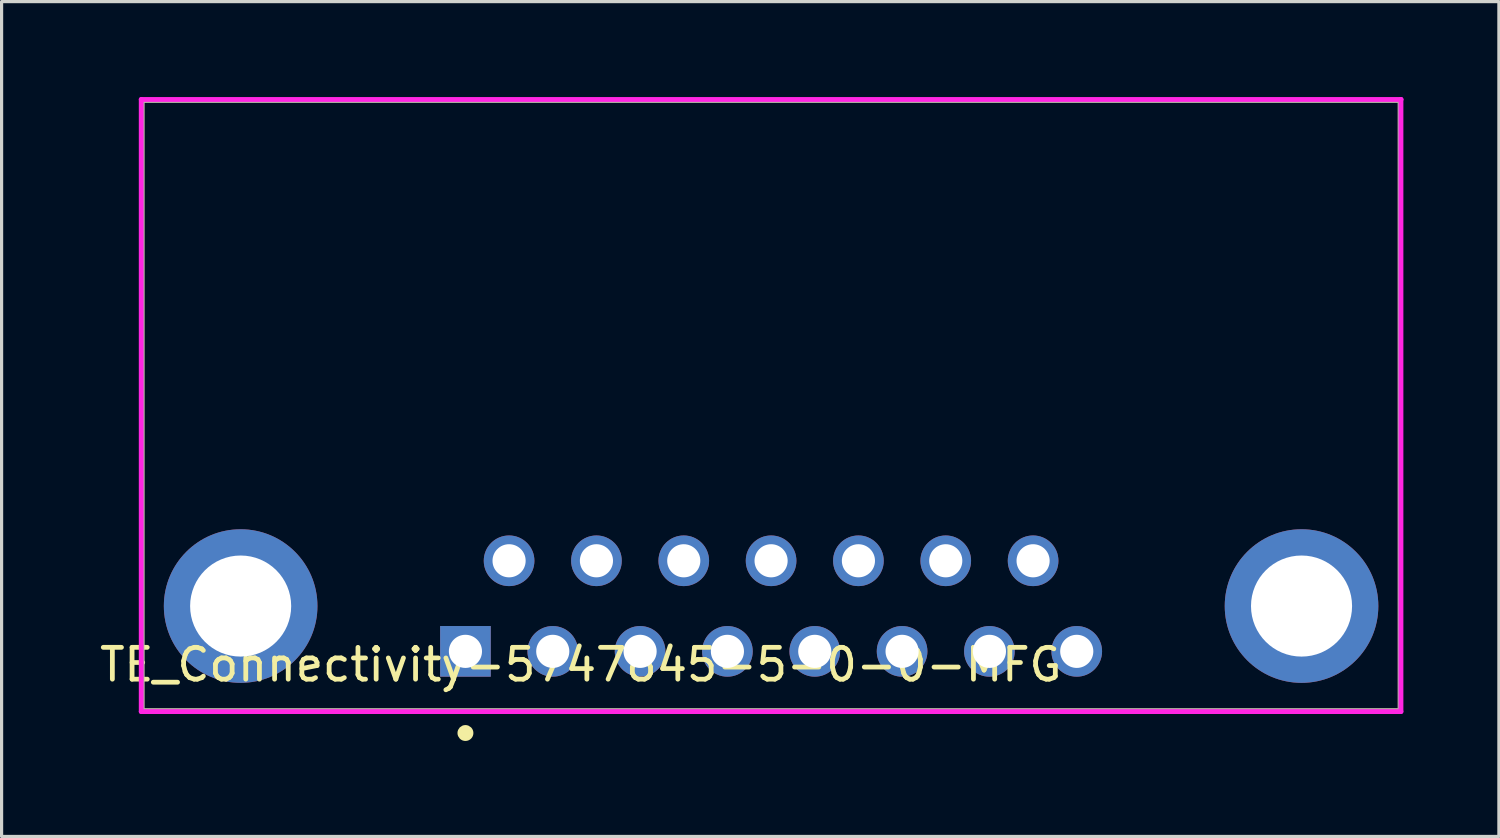
<source format=kicad_pcb>
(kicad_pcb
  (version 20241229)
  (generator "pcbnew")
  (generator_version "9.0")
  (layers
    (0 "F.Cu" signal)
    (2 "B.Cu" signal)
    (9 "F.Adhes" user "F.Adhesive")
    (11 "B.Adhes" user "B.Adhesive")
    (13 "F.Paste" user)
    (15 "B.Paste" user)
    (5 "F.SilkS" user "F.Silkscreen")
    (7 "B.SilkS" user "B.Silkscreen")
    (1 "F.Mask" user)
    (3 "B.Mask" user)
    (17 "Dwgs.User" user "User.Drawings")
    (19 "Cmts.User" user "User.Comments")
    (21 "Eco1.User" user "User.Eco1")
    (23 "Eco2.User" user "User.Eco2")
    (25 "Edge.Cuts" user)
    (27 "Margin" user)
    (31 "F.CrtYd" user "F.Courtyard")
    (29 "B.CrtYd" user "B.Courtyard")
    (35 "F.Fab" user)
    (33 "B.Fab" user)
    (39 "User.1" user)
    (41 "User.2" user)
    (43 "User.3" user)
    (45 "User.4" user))
  (footprint "TE_Connectivity-5747845-5-0-0-MFG"
    (layer "F.Cu")
    (at 21.171 9.688)
    (property "Reference" "TE_Connectivity-5747845-5-0-0-MFG" (at -21.171 8.141 0) (layer "F.SilkS") (effects (font (size 1 1) (thickness 0.15)) (justify left)))
    (attr through_hole)
    (fp_line (start -19.761 -9.588) (end 19.761 -9.588) (stroke (width 0.15) (type solid)) (layer "F.SilkS"))
    (fp_line (start -19.761 9.588) (end -19.761 -9.588) (stroke (width 0.15) (type solid)) (layer "F.SilkS"))
    (fp_line (start -19.761 9.588) (end 19.761 9.588) (stroke (width 0.15) (type solid)) (layer "F.SilkS"))
    (fp_line (start 19.761 9.588) (end 19.761 -9.588) (stroke (width 0.15) (type solid)) (layer "F.SilkS"))
    (fp_circle (center -9.601 10.287) (end -9.476 10.287) (stroke (width 0.25) (type solid)) (fill no) (layer "F.SilkS"))
    (fp_line (start -19.786 -9.614) (end -19.786 9.614) (stroke (width 0.15) (type solid)) (layer "F.CrtYd"))
    (fp_line (start -19.786 9.614) (end 19.786 9.614) (stroke (width 0.15) (type solid)) (layer "F.CrtYd"))
    (fp_line (start 19.786 -9.614) (end -19.786 -9.614) (stroke (width 0.15) (type solid)) (layer "F.CrtYd"))
    (fp_line (start 19.786 -9.614) (end 19.786 -9.614) (stroke (width 0.15) (type solid)) (layer "F.CrtYd"))
    (fp_line (start 19.786 9.614) (end 19.786 -9.614) (stroke (width 0.15) (type solid)) (layer "F.CrtYd"))
    (fp_line (start -19.761 -9.588) (end 19.761 -9.588) (stroke (width 0.15) (type solid)) (layer "F.Fab"))
    (fp_line (start -19.761 9.588) (end -19.761 -9.588) (stroke (width 0.15) (type solid)) (layer "F.Fab"))
    (fp_line (start 19.761 -9.588) (end 19.761 9.588) (stroke (width 0.15) (type solid)) (layer "F.Fab"))
    (fp_line (start 19.761 9.588) (end -19.761 9.588) (stroke (width 0.15) (type solid)) (layer "F.Fab"))
    (pad "1" thru_hole rect (at -9.601 7.722) (size 1.591 1.591) (drill 1.041) (layers "*.Cu"))
    (pad "2" thru_hole circle (at -6.858 7.722) (size 1.591 1.591) (drill 1.041) (layers "*.Cu"))
    (pad "3" thru_hole circle (at -4.115 7.722) (size 1.591 1.591) (drill 1.041) (layers "*.Cu"))
    (pad "4" thru_hole circle (at -1.372 7.722) (size 1.591 1.591) (drill 1.041) (layers "*.Cu"))
    (pad "5" thru_hole circle (at 1.372 7.722) (size 1.591 1.591) (drill 1.041) (layers "*.Cu"))
    (pad "6" thru_hole circle (at 4.115 7.722) (size 1.591 1.591) (drill 1.041) (layers "*.Cu"))
    (pad "7" thru_hole circle (at 6.858 7.722) (size 1.591 1.591) (drill 1.041) (layers "*.Cu"))
    (pad "8" thru_hole circle (at 9.601 7.722) (size 1.591 1.591) (drill 1.041) (layers "*.Cu"))
    (pad "9" thru_hole circle (at -8.23 4.877) (size 1.591 1.591) (drill 1.041) (layers "*.Cu"))
    (pad "10" thru_hole circle (at -5.486 4.877) (size 1.591 1.591) (drill 1.041) (layers "*.Cu"))
    (pad "11" thru_hole circle (at -2.743 4.877) (size 1.591 1.591) (drill 1.041) (layers "*.Cu"))
    (pad "12" thru_hole circle (at -0.000003 4.877) (size 1.591 1.591) (drill 1.041) (layers "*.Cu"))
    (pad "13" thru_hole circle (at 2.743 4.877) (size 1.591 1.591) (drill 1.041) (layers "*.Cu"))
    (pad "14" thru_hole circle (at 5.486 4.877) (size 1.591 1.591) (drill 1.041) (layers "*.Cu"))
    (pad "15" thru_hole circle (at 8.23 4.877) (size 1.591 1.591) (drill 1.041) (layers "*.Cu"))
    (pad "16" thru_hole circle (at -16.662 6.299) (size 4.825 4.825) (drill 3.175) (layers "*.Cu"))
    (pad "17" thru_hole circle (at 16.662 6.299) (size 4.825 4.825) (drill 3.175) (layers "*.Cu")))
  (gr_rect
    (start -3 -3)
    (end 44.032 23.225)
    (stroke (width 0.1) (type default))
    (fill no)
    (layer "Edge.Cuts")))
</source>
